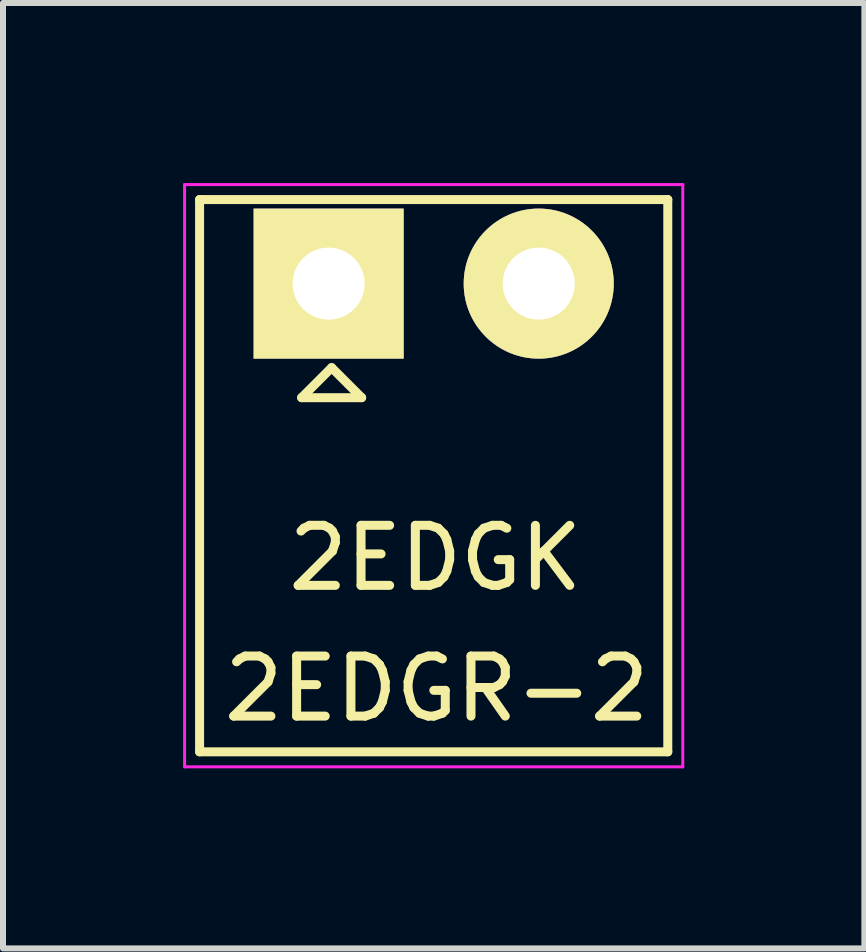
<source format=kicad_pcb>
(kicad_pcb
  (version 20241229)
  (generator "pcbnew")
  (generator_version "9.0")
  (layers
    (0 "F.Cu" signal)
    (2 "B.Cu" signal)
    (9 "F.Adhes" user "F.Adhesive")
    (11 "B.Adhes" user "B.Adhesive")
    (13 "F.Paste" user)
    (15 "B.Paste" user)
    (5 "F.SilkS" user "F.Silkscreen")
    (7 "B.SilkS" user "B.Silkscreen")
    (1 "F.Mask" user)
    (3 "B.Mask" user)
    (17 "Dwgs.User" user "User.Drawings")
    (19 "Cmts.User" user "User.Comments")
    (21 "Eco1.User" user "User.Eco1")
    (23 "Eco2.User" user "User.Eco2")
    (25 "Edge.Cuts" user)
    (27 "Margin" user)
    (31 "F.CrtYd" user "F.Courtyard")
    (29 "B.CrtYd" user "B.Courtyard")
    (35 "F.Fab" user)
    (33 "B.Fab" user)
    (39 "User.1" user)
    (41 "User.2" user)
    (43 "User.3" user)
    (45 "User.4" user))
  (footprint "2EDGR-2"
    (layer "F.Cu")
    (at 2.425 1.675)
    (property "Reference" "2EDGR-2" (at 1.8 6.75 0) (layer "F.SilkS") (effects (font (size 1 1) (thickness 0.15))))
    (attr through_hole)
    (fp_line (start -2.15 -1.4) (end -2.15 7.8) (stroke (width 0.15) (type solid)) (layer "F.SilkS"))
    (fp_line (start -2.15 -1.4) (end 5.65 -1.4) (stroke (width 0.15) (type solid)) (layer "F.SilkS"))
    (fp_line (start -2.15 7.8) (end 5.65 7.8) (stroke (width 0.15) (type solid)) (layer "F.SilkS"))
    (fp_line (start -0.45 1.9) (end 0.55 1.9) (stroke (width 0.15) (type solid)) (layer "F.SilkS"))
    (fp_line (start 0.05 1.4) (end -0.45 1.9) (stroke (width 0.15) (type solid)) (layer "F.SilkS"))
    (fp_line (start 0.05 1.4) (end 0.55 1.9) (stroke (width 0.15) (type solid)) (layer "F.SilkS"))
    (fp_line (start 5.65 -1.4) (end 5.65 7.8) (stroke (width 0.15) (type solid)) (layer "F.SilkS"))
    (fp_line (start -2.4 -1.65) (end -2.4 8.05) (stroke (width 0.05) (type solid)) (layer "F.CrtYd"))
    (fp_line (start -2.4 -1.65) (end 5.9 -1.65) (stroke (width 0.05) (type solid)) (layer "F.CrtYd"))
    (fp_line (start -2.4 8.05) (end 5.9 8.05) (stroke (width 0.05) (type solid)) (layer "F.CrtYd"))
    (fp_line (start 5.9 -1.65) (end 5.9 8.05) (stroke (width 0.05) (type solid)) (layer "F.CrtYd"))
    (fp_text user "2EDGK" (at 1.778 4.572 0) (layer "F.SilkS") (effects (font (size 1 1) (thickness 0.15))))
    (pad "1" thru_hole rect (at 0 0) (size 2.5 2.5) (drill 1.2) (layers "*.Cu" "*.Mask" "F.SilkS"))
    (pad "2" thru_hole circle (at 3.5 0) (size 2.5 2.5) (drill 1.2) (layers "*.Cu" "*.Mask" "F.SilkS")))
  (gr_rect
    (start -3 -3)
    (end 11.35 12.75)
    (stroke (width 0.1) (type default))
    (fill no)
    (layer "Edge.Cuts")))
</source>
